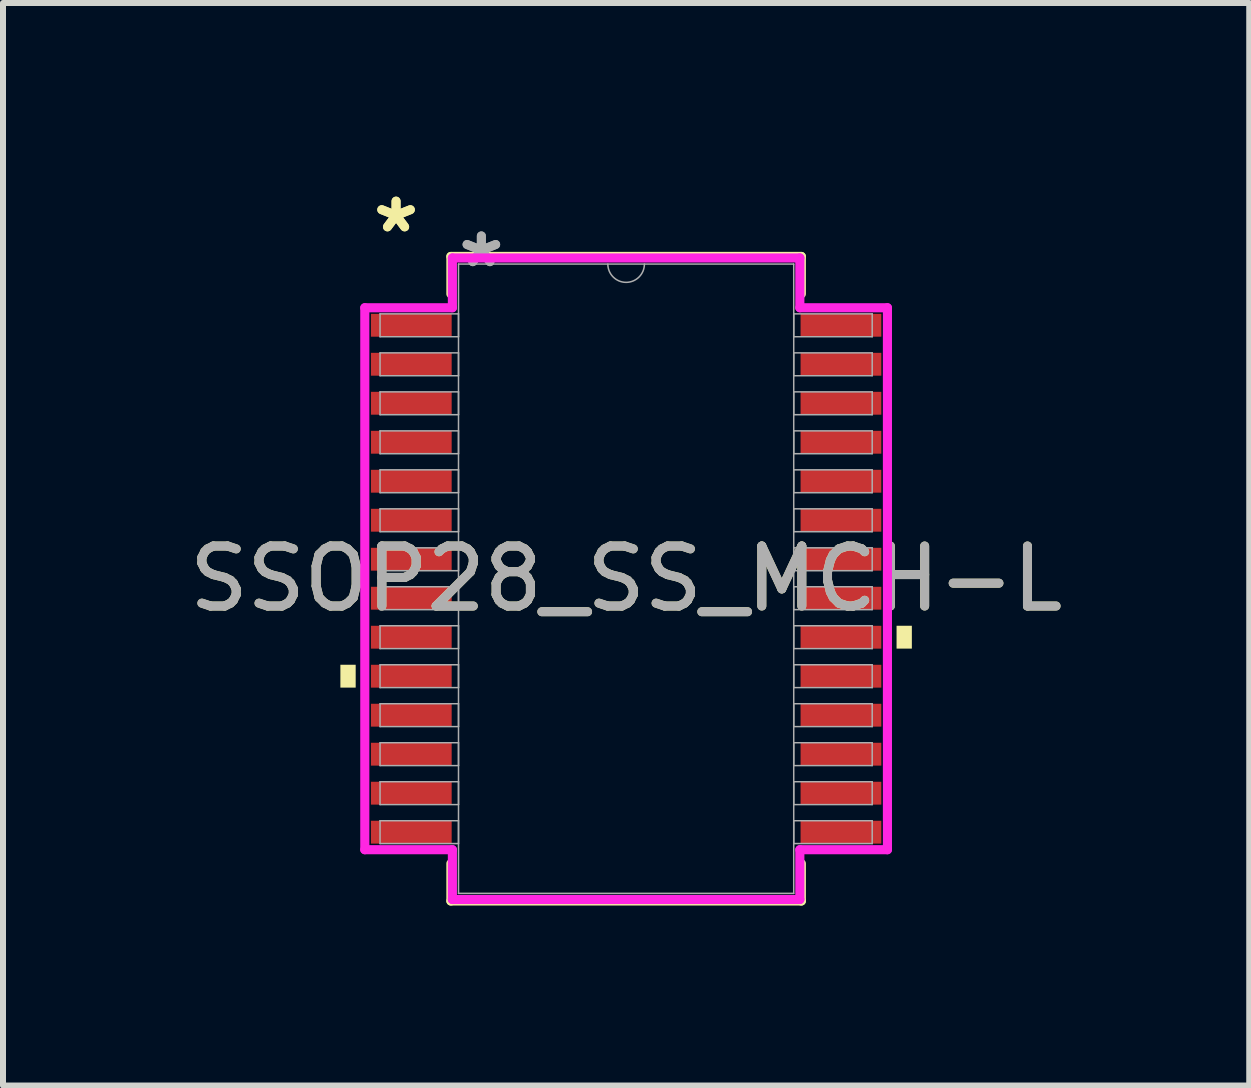
<source format=kicad_pcb>
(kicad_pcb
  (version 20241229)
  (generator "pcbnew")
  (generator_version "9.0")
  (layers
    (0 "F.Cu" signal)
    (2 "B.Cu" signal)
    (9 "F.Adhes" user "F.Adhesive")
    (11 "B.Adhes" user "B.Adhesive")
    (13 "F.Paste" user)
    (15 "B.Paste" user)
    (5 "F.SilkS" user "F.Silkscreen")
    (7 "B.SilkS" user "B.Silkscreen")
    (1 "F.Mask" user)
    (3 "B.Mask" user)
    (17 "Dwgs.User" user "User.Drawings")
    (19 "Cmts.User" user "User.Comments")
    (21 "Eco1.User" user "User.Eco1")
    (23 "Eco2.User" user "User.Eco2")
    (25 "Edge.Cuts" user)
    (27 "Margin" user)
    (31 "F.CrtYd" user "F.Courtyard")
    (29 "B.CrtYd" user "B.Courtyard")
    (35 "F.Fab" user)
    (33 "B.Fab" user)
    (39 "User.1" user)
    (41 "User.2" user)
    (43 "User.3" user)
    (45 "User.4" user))
  (footprint "SSOP28_SS_MCH-L"
    (layer "F.Cu")
    (at 7.387 6.597)
    (property "Reference" "SSOP28_SS_MCH-L" (at 0 0 0) (unlocked yes) (layer "F.SilkS") (effects (font (size 1 1) (thickness 0.15))))
    (attr smd)
    (fp_line (start -2.921 -5.372) (end -2.921 -4.748) (stroke (width 0.152) (type solid)) (layer "F.SilkS"))
    (fp_line (start -2.921 4.748) (end -2.921 5.372) (stroke (width 0.152) (type solid)) (layer "F.SilkS"))
    (fp_line (start -2.921 5.372) (end 2.921 5.372) (stroke (width 0.152) (type solid)) (layer "F.SilkS"))
    (fp_line (start 2.921 -5.372) (end -2.921 -5.372) (stroke (width 0.152) (type solid)) (layer "F.SilkS"))
    (fp_line (start 2.921 -4.748) (end 2.921 -5.372) (stroke (width 0.152) (type solid)) (layer "F.SilkS"))
    (fp_line (start 2.921 5.372) (end 2.921 4.748) (stroke (width 0.152) (type solid)) (layer "F.SilkS"))
    (fp_poly (pts (xy -4.763 1.434) (xy -4.763 1.815) (xy -4.508 1.815) (xy -4.508 1.434)) (stroke (width 0) (type solid)) (fill yes) (layer "F.SilkS"))
    (fp_poly (pts (xy 4.763 0.784) (xy 4.763 1.165) (xy 4.508 1.165) (xy 4.508 0.784)) (stroke (width 0) (type solid)) (fill yes) (layer "F.SilkS"))
    (fp_line (start -4.356 -4.517) (end -2.896 -4.517) (stroke (width 0.152) (type solid)) (layer "F.CrtYd"))
    (fp_line (start -4.356 4.517) (end -4.356 -4.517) (stroke (width 0.152) (type solid)) (layer "F.CrtYd"))
    (fp_line (start -4.356 4.517) (end -2.896 4.517) (stroke (width 0.152) (type solid)) (layer "F.CrtYd"))
    (fp_line (start -2.896 -5.347) (end 2.896 -5.347) (stroke (width 0.152) (type solid)) (layer "F.CrtYd"))
    (fp_line (start -2.896 -4.517) (end -2.896 -5.347) (stroke (width 0.152) (type solid)) (layer "F.CrtYd"))
    (fp_line (start -2.896 5.347) (end -2.896 4.517) (stroke (width 0.152) (type solid)) (layer "F.CrtYd"))
    (fp_line (start 2.896 -5.347) (end 2.896 -4.517) (stroke (width 0.152) (type solid)) (layer "F.CrtYd"))
    (fp_line (start 2.896 4.517) (end 2.896 5.347) (stroke (width 0.152) (type solid)) (layer "F.CrtYd"))
    (fp_line (start 2.896 5.347) (end -2.896 5.347) (stroke (width 0.152) (type solid)) (layer "F.CrtYd"))
    (fp_line (start 4.356 -4.517) (end 2.896 -4.517) (stroke (width 0.152) (type solid)) (layer "F.CrtYd"))
    (fp_line (start 4.356 -4.517) (end 4.356 4.517) (stroke (width 0.152) (type solid)) (layer "F.CrtYd"))
    (fp_line (start 4.356 4.517) (end 2.896 4.517) (stroke (width 0.152) (type solid)) (layer "F.CrtYd"))
    (fp_line (start -4.102 -4.415) (end -4.102 -4.034) (stroke (width 0.025) (type solid)) (layer "F.Fab"))
    (fp_line (start -4.102 -4.034) (end -2.794 -4.034) (stroke (width 0.025) (type solid)) (layer "F.Fab"))
    (fp_line (start -4.102 -3.765) (end -4.102 -3.384) (stroke (width 0.025) (type solid)) (layer "F.Fab"))
    (fp_line (start -4.102 -3.384) (end -2.794 -3.384) (stroke (width 0.025) (type solid)) (layer "F.Fab"))
    (fp_line (start -4.102 -3.115) (end -4.102 -2.734) (stroke (width 0.025) (type solid)) (layer "F.Fab"))
    (fp_line (start -4.102 -2.734) (end -2.794 -2.734) (stroke (width 0.025) (type solid)) (layer "F.Fab"))
    (fp_line (start -4.102 -2.465) (end -4.102 -2.084) (stroke (width 0.025) (type solid)) (layer "F.Fab"))
    (fp_line (start -4.102 -2.084) (end -2.794 -2.084) (stroke (width 0.025) (type solid)) (layer "F.Fab"))
    (fp_line (start -4.102 -1.815) (end -4.102 -1.434) (stroke (width 0.025) (type solid)) (layer "F.Fab"))
    (fp_line (start -4.102 -1.434) (end -2.794 -1.434) (stroke (width 0.025) (type solid)) (layer "F.Fab"))
    (fp_line (start -4.102 -1.165) (end -4.102 -0.784) (stroke (width 0.025) (type solid)) (layer "F.Fab"))
    (fp_line (start -4.102 -0.784) (end -2.794 -0.784) (stroke (width 0.025) (type solid)) (layer "F.Fab"))
    (fp_line (start -4.102 -0.515) (end -4.102 -0.134) (stroke (width 0.025) (type solid)) (layer "F.Fab"))
    (fp_line (start -4.102 -0.134) (end -2.794 -0.134) (stroke (width 0.025) (type solid)) (layer "F.Fab"))
    (fp_line (start -4.102 0.134) (end -4.102 0.515) (stroke (width 0.025) (type solid)) (layer "F.Fab"))
    (fp_line (start -4.102 0.515) (end -2.794 0.515) (stroke (width 0.025) (type solid)) (layer "F.Fab"))
    (fp_line (start -4.102 0.784) (end -4.102 1.165) (stroke (width 0.025) (type solid)) (layer "F.Fab"))
    (fp_line (start -4.102 1.165) (end -2.794 1.165) (stroke (width 0.025) (type solid)) (layer "F.Fab"))
    (fp_line (start -4.102 1.434) (end -4.102 1.815) (stroke (width 0.025) (type solid)) (layer "F.Fab"))
    (fp_line (start -4.102 1.815) (end -2.794 1.815) (stroke (width 0.025) (type solid)) (layer "F.Fab"))
    (fp_line (start -4.102 2.084) (end -4.102 2.465) (stroke (width 0.025) (type solid)) (layer "F.Fab"))
    (fp_line (start -4.102 2.465) (end -2.794 2.465) (stroke (width 0.025) (type solid)) (layer "F.Fab"))
    (fp_line (start -4.102 2.734) (end -4.102 3.115) (stroke (width 0.025) (type solid)) (layer "F.Fab"))
    (fp_line (start -4.102 3.115) (end -2.794 3.115) (stroke (width 0.025) (type solid)) (layer "F.Fab"))
    (fp_line (start -4.102 3.384) (end -4.102 3.765) (stroke (width 0.025) (type solid)) (layer "F.Fab"))
    (fp_line (start -4.102 3.765) (end -2.794 3.765) (stroke (width 0.025) (type solid)) (layer "F.Fab"))
    (fp_line (start -4.102 4.034) (end -4.102 4.415) (stroke (width 0.025) (type solid)) (layer "F.Fab"))
    (fp_line (start -4.102 4.415) (end -2.794 4.415) (stroke (width 0.025) (type solid)) (layer "F.Fab"))
    (fp_line (start -2.794 -5.245) (end -2.794 5.245) (stroke (width 0.025) (type solid)) (layer "F.Fab"))
    (fp_line (start -2.794 -4.415) (end -4.102 -4.415) (stroke (width 0.025) (type solid)) (layer "F.Fab"))
    (fp_line (start -2.794 -4.034) (end -2.794 -4.415) (stroke (width 0.025) (type solid)) (layer "F.Fab"))
    (fp_line (start -2.794 -3.765) (end -4.102 -3.765) (stroke (width 0.025) (type solid)) (layer "F.Fab"))
    (fp_line (start -2.794 -3.384) (end -2.794 -3.765) (stroke (width 0.025) (type solid)) (layer "F.Fab"))
    (fp_line (start -2.794 -3.115) (end -4.102 -3.115) (stroke (width 0.025) (type solid)) (layer "F.Fab"))
    (fp_line (start -2.794 -2.734) (end -2.794 -3.115) (stroke (width 0.025) (type solid)) (layer "F.Fab"))
    (fp_line (start -2.794 -2.465) (end -4.102 -2.465) (stroke (width 0.025) (type solid)) (layer "F.Fab"))
    (fp_line (start -2.794 -2.084) (end -2.794 -2.465) (stroke (width 0.025) (type solid)) (layer "F.Fab"))
    (fp_line (start -2.794 -1.815) (end -4.102 -1.815) (stroke (width 0.025) (type solid)) (layer "F.Fab"))
    (fp_line (start -2.794 -1.434) (end -2.794 -1.815) (stroke (width 0.025) (type solid)) (layer "F.Fab"))
    (fp_line (start -2.794 -1.165) (end -4.102 -1.165) (stroke (width 0.025) (type solid)) (layer "F.Fab"))
    (fp_line (start -2.794 -0.784) (end -2.794 -1.165) (stroke (width 0.025) (type solid)) (layer "F.Fab"))
    (fp_line (start -2.794 -0.515) (end -4.102 -0.515) (stroke (width 0.025) (type solid)) (layer "F.Fab"))
    (fp_line (start -2.794 -0.134) (end -2.794 -0.515) (stroke (width 0.025) (type solid)) (layer "F.Fab"))
    (fp_line (start -2.794 0.134) (end -4.102 0.134) (stroke (width 0.025) (type solid)) (layer "F.Fab"))
    (fp_line (start -2.794 0.515) (end -2.794 0.134) (stroke (width 0.025) (type solid)) (layer "F.Fab"))
    (fp_line (start -2.794 0.784) (end -4.102 0.784) (stroke (width 0.025) (type solid)) (layer "F.Fab"))
    (fp_line (start -2.794 1.165) (end -2.794 0.784) (stroke (width 0.025) (type solid)) (layer "F.Fab"))
    (fp_line (start -2.794 1.434) (end -4.102 1.434) (stroke (width 0.025) (type solid)) (layer "F.Fab"))
    (fp_line (start -2.794 1.815) (end -2.794 1.434) (stroke (width 0.025) (type solid)) (layer "F.Fab"))
    (fp_line (start -2.794 2.084) (end -4.102 2.084) (stroke (width 0.025) (type solid)) (layer "F.Fab"))
    (fp_line (start -2.794 2.465) (end -2.794 2.084) (stroke (width 0.025) (type solid)) (layer "F.Fab"))
    (fp_line (start -2.794 2.734) (end -4.102 2.734) (stroke (width 0.025) (type solid)) (layer "F.Fab"))
    (fp_line (start -2.794 3.115) (end -2.794 2.734) (stroke (width 0.025) (type solid)) (layer "F.Fab"))
    (fp_line (start -2.794 3.384) (end -4.102 3.384) (stroke (width 0.025) (type solid)) (layer "F.Fab"))
    (fp_line (start -2.794 3.765) (end -2.794 3.384) (stroke (width 0.025) (type solid)) (layer "F.Fab"))
    (fp_line (start -2.794 4.034) (end -4.102 4.034) (stroke (width 0.025) (type solid)) (layer "F.Fab"))
    (fp_line (start -2.794 4.415) (end -2.794 4.034) (stroke (width 0.025) (type solid)) (layer "F.Fab"))
    (fp_line (start -2.794 5.245) (end 2.794 5.245) (stroke (width 0.025) (type solid)) (layer "F.Fab"))
    (fp_line (start 2.794 -5.245) (end -2.794 -5.245) (stroke (width 0.025) (type solid)) (layer "F.Fab"))
    (fp_line (start 2.794 -4.415) (end 2.794 -4.034) (stroke (width 0.025) (type solid)) (layer "F.Fab"))
    (fp_line (start 2.794 -4.034) (end 4.102 -4.034) (stroke (width 0.025) (type solid)) (layer "F.Fab"))
    (fp_line (start 2.794 -3.765) (end 2.794 -3.384) (stroke (width 0.025) (type solid)) (layer "F.Fab"))
    (fp_line (start 2.794 -3.384) (end 4.102 -3.384) (stroke (width 0.025) (type solid)) (layer "F.Fab"))
    (fp_line (start 2.794 -3.115) (end 2.794 -2.734) (stroke (width 0.025) (type solid)) (layer "F.Fab"))
    (fp_line (start 2.794 -2.734) (end 4.102 -2.734) (stroke (width 0.025) (type solid)) (layer "F.Fab"))
    (fp_line (start 2.794 -2.465) (end 2.794 -2.084) (stroke (width 0.025) (type solid)) (layer "F.Fab"))
    (fp_line (start 2.794 -2.084) (end 4.102 -2.084) (stroke (width 0.025) (type solid)) (layer "F.Fab"))
    (fp_line (start 2.794 -1.815) (end 2.794 -1.434) (stroke (width 0.025) (type solid)) (layer "F.Fab"))
    (fp_line (start 2.794 -1.434) (end 4.102 -1.434) (stroke (width 0.025) (type solid)) (layer "F.Fab"))
    (fp_line (start 2.794 -1.165) (end 2.794 -0.784) (stroke (width 0.025) (type solid)) (layer "F.Fab"))
    (fp_line (start 2.794 -0.784) (end 4.102 -0.784) (stroke (width 0.025) (type solid)) (layer "F.Fab"))
    (fp_line (start 2.794 -0.515) (end 2.794 -0.134) (stroke (width 0.025) (type solid)) (layer "F.Fab"))
    (fp_line (start 2.794 -0.134) (end 4.102 -0.134) (stroke (width 0.025) (type solid)) (layer "F.Fab"))
    (fp_line (start 2.794 0.134) (end 2.794 0.515) (stroke (width 0.025) (type solid)) (layer "F.Fab"))
    (fp_line (start 2.794 0.515) (end 4.102 0.515) (stroke (width 0.025) (type solid)) (layer "F.Fab"))
    (fp_line (start 2.794 0.784) (end 2.794 1.165) (stroke (width 0.025) (type solid)) (layer "F.Fab"))
    (fp_line (start 2.794 1.165) (end 4.102 1.165) (stroke (width 0.025) (type solid)) (layer "F.Fab"))
    (fp_line (start 2.794 1.434) (end 2.794 1.815) (stroke (width 0.025) (type solid)) (layer "F.Fab"))
    (fp_line (start 2.794 1.815) (end 4.102 1.815) (stroke (width 0.025) (type solid)) (layer "F.Fab"))
    (fp_line (start 2.794 2.084) (end 2.794 2.465) (stroke (width 0.025) (type solid)) (layer "F.Fab"))
    (fp_line (start 2.794 2.465) (end 4.102 2.465) (stroke (width 0.025) (type solid)) (layer "F.Fab"))
    (fp_line (start 2.794 2.734) (end 2.794 3.115) (stroke (width 0.025) (type solid)) (layer "F.Fab"))
    (fp_line (start 2.794 3.115) (end 4.102 3.115) (stroke (width 0.025) (type solid)) (layer "F.Fab"))
    (fp_line (start 2.794 3.384) (end 2.794 3.765) (stroke (width 0.025) (type solid)) (layer "F.Fab"))
    (fp_line (start 2.794 3.765) (end 4.102 3.765) (stroke (width 0.025) (type solid)) (layer "F.Fab"))
    (fp_line (start 2.794 4.034) (end 2.794 4.415) (stroke (width 0.025) (type solid)) (layer "F.Fab"))
    (fp_line (start 2.794 4.415) (end 4.102 4.415) (stroke (width 0.025) (type solid)) (layer "F.Fab"))
    (fp_line (start 2.794 5.245) (end 2.794 -5.245) (stroke (width 0.025) (type solid)) (layer "F.Fab"))
    (fp_line (start 4.102 -4.415) (end 2.794 -4.415) (stroke (width 0.025) (type solid)) (layer "F.Fab"))
    (fp_line (start 4.102 -4.034) (end 4.102 -4.415) (stroke (width 0.025) (type solid)) (layer "F.Fab"))
    (fp_line (start 4.102 -3.765) (end 2.794 -3.765) (stroke (width 0.025) (type solid)) (layer "F.Fab"))
    (fp_line (start 4.102 -3.384) (end 4.102 -3.765) (stroke (width 0.025) (type solid)) (layer "F.Fab"))
    (fp_line (start 4.102 -3.115) (end 2.794 -3.115) (stroke (width 0.025) (type solid)) (layer "F.Fab"))
    (fp_line (start 4.102 -2.734) (end 4.102 -3.115) (stroke (width 0.025) (type solid)) (layer "F.Fab"))
    (fp_line (start 4.102 -2.465) (end 2.794 -2.465) (stroke (width 0.025) (type solid)) (layer "F.Fab"))
    (fp_line (start 4.102 -2.084) (end 4.102 -2.465) (stroke (width 0.025) (type solid)) (layer "F.Fab"))
    (fp_line (start 4.102 -1.815) (end 2.794 -1.815) (stroke (width 0.025) (type solid)) (layer "F.Fab"))
    (fp_line (start 4.102 -1.434) (end 4.102 -1.815) (stroke (width 0.025) (type solid)) (layer "F.Fab"))
    (fp_line (start 4.102 -1.165) (end 2.794 -1.165) (stroke (width 0.025) (type solid)) (layer "F.Fab"))
    (fp_line (start 4.102 -0.784) (end 4.102 -1.165) (stroke (width 0.025) (type solid)) (layer "F.Fab"))
    (fp_line (start 4.102 -0.515) (end 2.794 -0.515) (stroke (width 0.025) (type solid)) (layer "F.Fab"))
    (fp_line (start 4.102 -0.134) (end 4.102 -0.515) (stroke (width 0.025) (type solid)) (layer "F.Fab"))
    (fp_line (start 4.102 0.134) (end 2.794 0.134) (stroke (width 0.025) (type solid)) (layer "F.Fab"))
    (fp_line (start 4.102 0.515) (end 4.102 0.134) (stroke (width 0.025) (type solid)) (layer "F.Fab"))
    (fp_line (start 4.102 0.784) (end 2.794 0.784) (stroke (width 0.025) (type solid)) (layer "F.Fab"))
    (fp_line (start 4.102 1.165) (end 4.102 0.784) (stroke (width 0.025) (type solid)) (layer "F.Fab"))
    (fp_line (start 4.102 1.434) (end 2.794 1.434) (stroke (width 0.025) (type solid)) (layer "F.Fab"))
    (fp_line (start 4.102 1.815) (end 4.102 1.434) (stroke (width 0.025) (type solid)) (layer "F.Fab"))
    (fp_line (start 4.102 2.084) (end 2.794 2.084) (stroke (width 0.025) (type solid)) (layer "F.Fab"))
    (fp_line (start 4.102 2.465) (end 4.102 2.084) (stroke (width 0.025) (type solid)) (layer "F.Fab"))
    (fp_line (start 4.102 2.734) (end 2.794 2.734) (stroke (width 0.025) (type solid)) (layer "F.Fab"))
    (fp_line (start 4.102 3.115) (end 4.102 2.734) (stroke (width 0.025) (type solid)) (layer "F.Fab"))
    (fp_line (start 4.102 3.384) (end 2.794 3.384) (stroke (width 0.025) (type solid)) (layer "F.Fab"))
    (fp_line (start 4.102 3.765) (end 4.102 3.384) (stroke (width 0.025) (type solid)) (layer "F.Fab"))
    (fp_line (start 4.102 4.034) (end 2.794 4.034) (stroke (width 0.025) (type solid)) (layer "F.Fab"))
    (fp_line (start 4.102 4.415) (end 4.102 4.034) (stroke (width 0.025) (type solid)) (layer "F.Fab"))
    (fp_arc (start 0.3048 -5.2451) (mid 0 -4.9403) (end -0.3048 -5.2451) (stroke (width 0.0254) (type solid)) (layer "F.Fab"))
    (fp_text user "*" (at -3.835 -5.749 0) (layer "F.SilkS") (effects (font (size 1 1) (thickness 0.15))))
    (fp_text user "*" (at -3.835 -5.749 0) (unlocked yes) (layer "F.SilkS") (effects (font (size 1 1) (thickness 0.15))))
    (fp_text user "${REFERENCE}" (at 0 0 0) (unlocked yes) (layer "F.Fab") (effects (font (size 1 1) (thickness 0.15))))
    (fp_text user "*" (at -2.413 -5.169 0) (unlocked yes) (layer "F.Fab") (effects (font (size 1 1) (thickness 0.15))))
    (fp_text user "*" (at -2.413 -5.169 0) (layer "F.Fab") (effects (font (size 1 1) (thickness 0.15))))
    (pad "1" smd rect (at -3.581 -4.225) (size 1.346 0.381) (layers "F.Cu" "F.Mask" "F.Paste"))
    (pad "2" smd rect (at -3.581 -3.575) (size 1.346 0.381) (layers "F.Cu" "F.Mask" "F.Paste"))
    (pad "3" smd rect (at -3.581 -2.925) (size 1.346 0.381) (layers "F.Cu" "F.Mask" "F.Paste"))
    (pad "4" smd rect (at -3.581 -2.275) (size 1.346 0.381) (layers "F.Cu" "F.Mask" "F.Paste"))
    (pad "5" smd rect (at -3.581 -1.625) (size 1.346 0.381) (layers "F.Cu" "F.Mask" "F.Paste"))
    (pad "6" smd rect (at -3.581 -0.975) (size 1.346 0.381) (layers "F.Cu" "F.Mask" "F.Paste"))
    (pad "7" smd rect (at -3.581 -0.325) (size 1.346 0.381) (layers "F.Cu" "F.Mask" "F.Paste"))
    (pad "8" smd rect (at -3.581 0.325) (size 1.346 0.381) (layers "F.Cu" "F.Mask" "F.Paste"))
    (pad "9" smd rect (at -3.581 0.975) (size 1.346 0.381) (layers "F.Cu" "F.Mask" "F.Paste"))
    (pad "10" smd rect (at -3.581 1.625) (size 1.346 0.381) (layers "F.Cu" "F.Mask" "F.Paste"))
    (pad "11" smd rect (at -3.581 2.275) (size 1.346 0.381) (layers "F.Cu" "F.Mask" "F.Paste"))
    (pad "12" smd rect (at -3.581 2.925) (size 1.346 0.381) (layers "F.Cu" "F.Mask" "F.Paste"))
    (pad "13" smd rect (at -3.581 3.575) (size 1.346 0.381) (layers "F.Cu" "F.Mask" "F.Paste"))
    (pad "14" smd rect (at -3.581 4.225) (size 1.346 0.381) (layers "F.Cu" "F.Mask" "F.Paste"))
    (pad "15" smd rect (at 3.581 4.225) (size 1.346 0.381) (layers "F.Cu" "F.Mask" "F.Paste"))
    (pad "16" smd rect (at 3.581 3.575) (size 1.346 0.381) (layers "F.Cu" "F.Mask" "F.Paste"))
    (pad "17" smd rect (at 3.581 2.925) (size 1.346 0.381) (layers "F.Cu" "F.Mask" "F.Paste"))
    (pad "18" smd rect (at 3.581 2.275) (size 1.346 0.381) (layers "F.Cu" "F.Mask" "F.Paste"))
    (pad "19" smd rect (at 3.581 1.625) (size 1.346 0.381) (layers "F.Cu" "F.Mask" "F.Paste"))
    (pad "20" smd rect (at 3.581 0.975) (size 1.346 0.381) (layers "F.Cu" "F.Mask" "F.Paste"))
    (pad "21" smd rect (at 3.581 0.325) (size 1.346 0.381) (layers "F.Cu" "F.Mask" "F.Paste"))
    (pad "22" smd rect (at 3.581 -0.325) (size 1.346 0.381) (layers "F.Cu" "F.Mask" "F.Paste"))
    (pad "23" smd rect (at 3.581 -0.975) (size 1.346 0.381) (layers "F.Cu" "F.Mask" "F.Paste"))
    (pad "24" smd rect (at 3.581 -1.625) (size 1.346 0.381) (layers "F.Cu" "F.Mask" "F.Paste"))
    (pad "25" smd rect (at 3.581 -2.275) (size 1.346 0.381) (layers "F.Cu" "F.Mask" "F.Paste"))
    (pad "26" smd rect (at 3.581 -2.925) (size 1.346 0.381) (layers "F.Cu" "F.Mask" "F.Paste"))
    (pad "27" smd rect (at 3.581 -3.575) (size 1.346 0.381) (layers "F.Cu" "F.Mask" "F.Paste"))
    (pad "28" smd rect (at 3.581 -4.225) (size 1.346 0.381) (layers "F.Cu" "F.Mask" "F.Paste")))
  (gr_rect
    (start -3 -3)
    (end 17.774 15.045)
    (stroke (width 0.1) (type default))
    (fill no)
    (layer "Edge.Cuts")))
</source>
